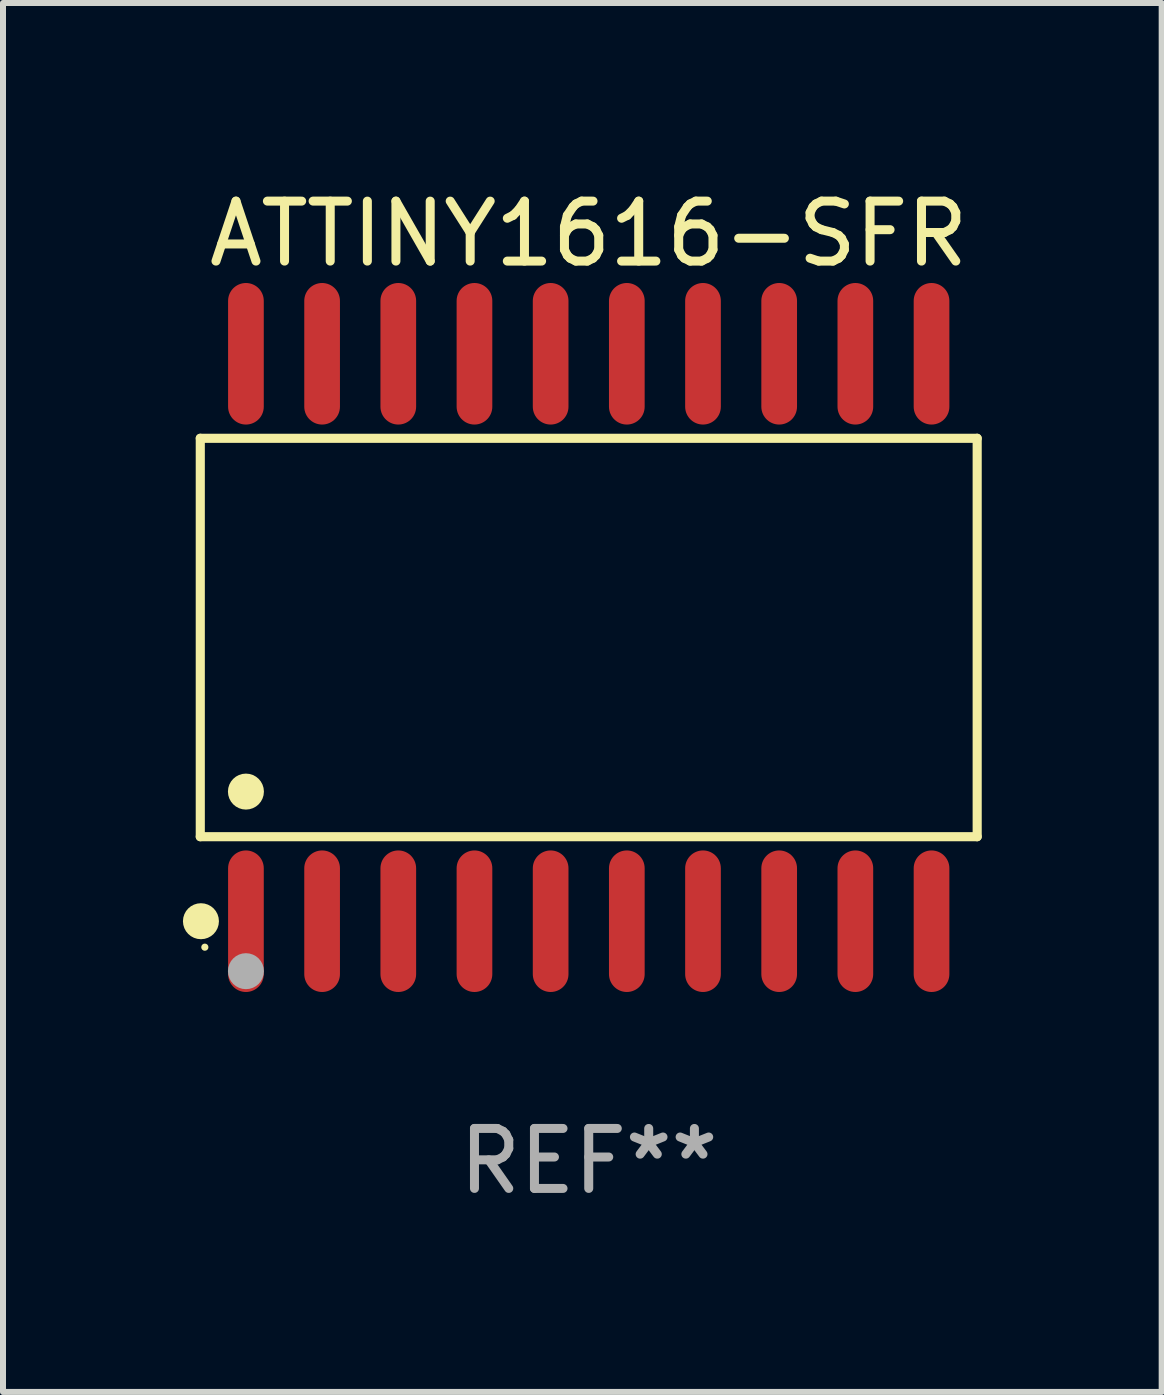
<source format=kicad_pcb>
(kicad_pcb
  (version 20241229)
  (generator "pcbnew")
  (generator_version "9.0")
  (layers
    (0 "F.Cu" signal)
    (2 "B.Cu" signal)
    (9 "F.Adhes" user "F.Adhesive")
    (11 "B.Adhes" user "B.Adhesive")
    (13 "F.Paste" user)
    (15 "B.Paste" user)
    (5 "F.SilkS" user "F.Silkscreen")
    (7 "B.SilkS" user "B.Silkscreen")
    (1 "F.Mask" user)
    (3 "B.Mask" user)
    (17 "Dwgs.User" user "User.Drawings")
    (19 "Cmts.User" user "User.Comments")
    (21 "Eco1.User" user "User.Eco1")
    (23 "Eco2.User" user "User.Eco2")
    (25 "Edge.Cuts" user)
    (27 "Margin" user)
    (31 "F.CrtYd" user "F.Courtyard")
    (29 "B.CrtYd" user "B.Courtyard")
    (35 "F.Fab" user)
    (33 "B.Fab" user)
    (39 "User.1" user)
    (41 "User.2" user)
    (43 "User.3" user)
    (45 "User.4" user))
  (footprint "ATTINY1616-SFR"
    (layer "F.Cu")
    (at 6.765 7.578)
    (property "Reference" "ATTINY1616-SFR" (at 0 -6.73 0) (layer "F.SilkS") (effects (font (size 1 1) (thickness 0.15))))
    (attr through_hole)
    (fp_line (start -6.476 -3.321) (end 6.476 -3.321) (stroke (width 0.152) (type solid)) (layer "F.SilkS"))
    (fp_line (start -6.476 3.321) (end -6.476 -3.321) (stroke (width 0.152) (type solid)) (layer "F.SilkS"))
    (fp_line (start 6.476 -3.321) (end 6.476 3.321) (stroke (width 0.152) (type solid)) (layer "F.SilkS"))
    (fp_line (start 6.476 3.321) (end -6.476 3.321) (stroke (width 0.152) (type solid)) (layer "F.SilkS"))
    (fp_circle (center -6.465 4.73) (end -6.315 4.73) (stroke (width 0.3) (type solid)) (fill no) (layer "F.SilkS"))
    (fp_circle (center -6.4 5.163) (end -6.37 5.163) (stroke (width 0.06) (type solid)) (fill no) (layer "F.SilkS"))
    (fp_circle (center -5.715 2.569) (end -5.565 2.569) (stroke (width 0.3) (type solid)) (fill no) (layer "F.SilkS"))
    (fp_circle (center -5.715 5.563) (end -5.565 5.563) (stroke (width 0.3) (type solid)) (fill no) (layer "F.Fab"))
    (fp_text user "REF**" (at 0 8.73 0) (layer "F.Fab") (effects (font (size 1 1) (thickness 0.15))))
    (pad "1" smd oval (at -5.715 4.73) (size 0.595 2.36) (layers "F.Cu" "F.Mask" "F.Paste"))
    (pad "2" smd oval (at -4.445 4.73) (size 0.595 2.36) (layers "F.Cu" "F.Mask" "F.Paste"))
    (pad "3" smd oval (at -3.175 4.73) (size 0.595 2.36) (layers "F.Cu" "F.Mask" "F.Paste"))
    (pad "4" smd oval (at -1.905 4.73) (size 0.595 2.36) (layers "F.Cu" "F.Mask" "F.Paste"))
    (pad "5" smd oval (at -0.635 4.73) (size 0.595 2.36) (layers "F.Cu" "F.Mask" "F.Paste"))
    (pad "6" smd oval (at 0.635 4.73) (size 0.595 2.36) (layers "F.Cu" "F.Mask" "F.Paste"))
    (pad "7" smd oval (at 1.905 4.73) (size 0.595 2.36) (layers "F.Cu" "F.Mask" "F.Paste"))
    (pad "8" smd oval (at 3.175 4.73) (size 0.595 2.36) (layers "F.Cu" "F.Mask" "F.Paste"))
    (pad "9" smd oval (at 4.445 4.73) (size 0.595 2.36) (layers "F.Cu" "F.Mask" "F.Paste"))
    (pad "10" smd oval (at 5.715 4.73) (size 0.595 2.36) (layers "F.Cu" "F.Mask" "F.Paste"))
    (pad "11" smd oval (at 5.715 -4.73) (size 0.595 2.36) (layers "F.Cu" "F.Mask" "F.Paste"))
    (pad "12" smd oval (at 4.445 -4.73) (size 0.595 2.36) (layers "F.Cu" "F.Mask" "F.Paste"))
    (pad "13" smd oval (at 3.175 -4.73) (size 0.595 2.36) (layers "F.Cu" "F.Mask" "F.Paste"))
    (pad "14" smd oval (at 1.905 -4.73) (size 0.595 2.36) (layers "F.Cu" "F.Mask" "F.Paste"))
    (pad "15" smd oval (at 0.635 -4.73) (size 0.595 2.36) (layers "F.Cu" "F.Mask" "F.Paste"))
    (pad "16" smd oval (at -0.635 -4.73) (size 0.595 2.36) (layers "F.Cu" "F.Mask" "F.Paste"))
    (pad "17" smd oval (at -1.905 -4.73) (size 0.595 2.36) (layers "F.Cu" "F.Mask" "F.Paste"))
    (pad "18" smd oval (at -3.175 -4.73) (size 0.595 2.36) (layers "F.Cu" "F.Mask" "F.Paste"))
    (pad "19" smd oval (at -4.445 -4.73) (size 0.595 2.36) (layers "F.Cu" "F.Mask" "F.Paste"))
    (pad "20" smd oval (at -5.715 -4.73) (size 0.595 2.36) (layers "F.Cu" "F.Mask" "F.Paste")))
  (gr_rect
    (start -3 -3)
    (end 16.317 20.156)
    (stroke (width 0.1) (type default))
    (fill no)
    (layer "Edge.Cuts")))
</source>
